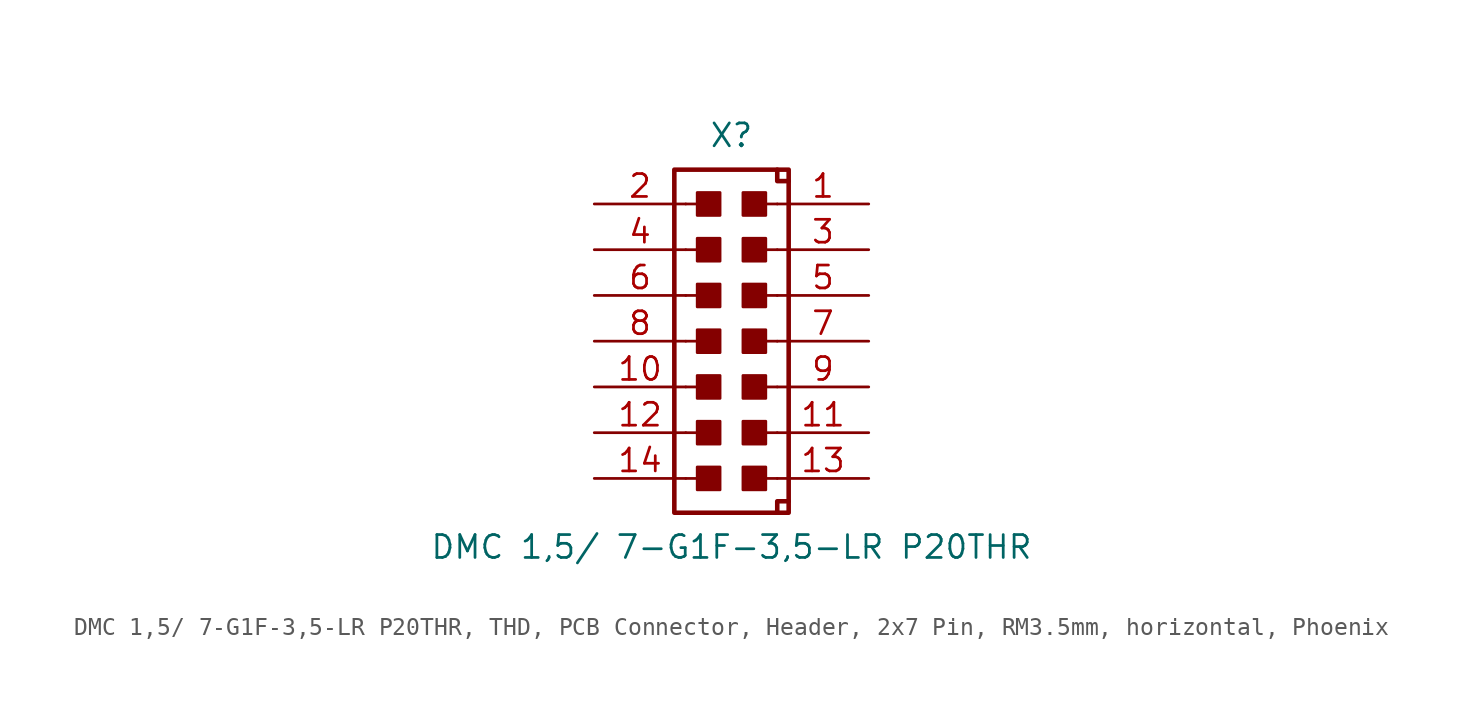
<source format=kicad_sym>
(kicad_symbol_lib
  (version 20241209)
  (generator "kicad_symbol_editor")
  (generator_version "9.0")
  (symbol "DMC 1,5/ 7-G1F-3,5-LR P20THR, THD, PCB Connector, Header, 2x7 Pin, RM3.5mm, horizontal, Phoenix"
    (pin_names
      (offset 1.016)
      (hide yes))
    (property "Reference" "X"
      (at 0 11.43 0)
      (effects (font (size 1.27 1.27))))
    (property "Value" "DMC 1,5/ 7-G1F-3,5-LR P20THR"
      (at 0 -11.43 0)
      (effects (font (size 1.27 1.27))))
    (property "Label" ""
      (at 0 0 0)
      (effects (font (size 1.27 1.27) (thickness 0.254) (bold yes))))
    (symbol "DMC 1,5/ 7-G1F-3,5-LR P20THR, THD, PCB Connector, Header, 2x7 Pin, RM3.5mm, horizontal, Phoenix_1_0"
      (polyline (pts (xy -2.54 7.62) (xy -1.27 7.62)) (stroke (width 0) (type default)) (fill (type none)))
      (polyline (pts (xy -2.54 5.08) (xy -1.27 5.08)) (stroke (width 0) (type default)) (fill (type none)))
      (polyline (pts (xy -2.54 2.54) (xy -1.27 2.54)) (stroke (width 0) (type default)) (fill (type none)))
      (polyline (pts (xy -2.54 0) (xy -1.27 0)) (stroke (width 0) (type default)) (fill (type none)))
      (polyline (pts (xy -2.54 -2.54) (xy -1.27 -2.54)) (stroke (width 0) (type default)) (fill (type none)))
      (polyline (pts (xy -2.54 -5.08) (xy -1.27 -5.08)) (stroke (width 0) (type default)) (fill (type none)))
      (polyline (pts (xy -2.54 -7.62) (xy -1.27 -7.62)) (stroke (width 0) (type default)) (fill (type none)))
      (polyline (pts (xy 2.54 7.62) (xy 1.27 7.62)) (stroke (width 0) (type default)) (fill (type none)))
      (polyline (pts (xy 2.54 5.08) (xy 1.27 5.08)) (stroke (width 0) (type default)) (fill (type none)))
      (polyline (pts (xy 2.54 2.54) (xy 1.27 2.54)) (stroke (width 0) (type default)) (fill (type none)))
      (polyline (pts (xy 2.54 0) (xy 1.27 0)) (stroke (width 0) (type default)) (fill (type none)))
      (polyline (pts (xy 2.54 -2.54) (xy 1.27 -2.54)) (stroke (width 0) (type default)) (fill (type none)))
      (polyline (pts (xy 2.54 -5.08) (xy 1.27 -5.08)) (stroke (width 0) (type default)) (fill (type none)))
      (polyline (pts (xy 2.54 -7.62) (xy 1.27 -7.62)) (stroke (width 0) (type default)) (fill (type none))))
    (symbol "DMC 1,5/ 7-G1F-3,5-LR P20THR, THD, PCB Connector, Header, 2x7 Pin, RM3.5mm, horizontal, Phoenix_1_1"
      (rectangle (start -3.175 9.525) (end 3.175 -9.525) (stroke (width 0.254) (type default)) (fill (type none)))
      (rectangle (start -1.905 6.985) (end -0.635 8.255) (stroke (width 0) (type default)) (fill (type outline)))
      (rectangle (start -1.905 4.445) (end -0.635 5.715) (stroke (width 0) (type default)) (fill (type outline)))
      (rectangle (start -1.905 1.905) (end -0.635 3.175) (stroke (width 0) (type default)) (fill (type outline)))
      (rectangle (start -1.905 -0.635) (end -0.635 0.635) (stroke (width 0) (type default)) (fill (type outline)))
      (rectangle (start -1.905 -3.175) (end -0.635 -1.905) (stroke (width 0) (type default)) (fill (type outline)))
      (rectangle (start -1.905 -5.715) (end -0.635 -4.445) (stroke (width 0) (type default)) (fill (type outline)))
      (rectangle (start -1.905 -8.255) (end -0.635 -6.985) (stroke (width 0) (type default)) (fill (type outline)))
      (rectangle (start 0.635 8.255) (end 1.905 6.985) (stroke (width 0) (type default)) (fill (type outline)))
      (rectangle (start 0.635 5.715) (end 1.905 4.445) (stroke (width 0) (type default)) (fill (type outline)))
      (rectangle (start 0.635 3.175) (end 1.905 1.905) (stroke (width 0) (type default)) (fill (type outline)))
      (rectangle (start 0.635 0.635) (end 1.905 -0.635) (stroke (width 0) (type default)) (fill (type outline)))
      (rectangle (start 0.635 -1.905) (end 1.905 -3.175) (stroke (width 0) (type default)) (fill (type outline)))
      (rectangle (start 0.635 -4.445) (end 1.905 -5.715) (stroke (width 0) (type default)) (fill (type outline)))
      (rectangle (start 0.635 -6.985) (end 1.905 -8.255) (stroke (width 0) (type default)) (fill (type outline)))
      (polyline (pts (xy 2.54 9.525) (xy 2.54 9.525) (xy 2.54 8.89) (xy 3.175 8.89)) (stroke (width 0.254) (type default)) (fill (type none)))
      (polyline (pts (xy 3.175 -8.89) (xy 3.175 -8.89) (xy 2.54 -8.89) (xy 2.54 -9.525)) (stroke (width 0.254) (type default)) (fill (type none)))
      (pin passive line (at -7.62 7.62 0) (length 5.08) (name "2" (effects (font (size 1.27 1.27)))) (number "2" (effects (font (size 1.27 1.27)))))
      (pin passive line (at -7.62 5.08 0) (length 5.08) (name "4" (effects (font (size 1.27 1.27)))) (number "4" (effects (font (size 1.27 1.27)))))
      (pin passive line (at -7.62 2.54 0) (length 5.08) (name "6" (effects (font (size 1.27 1.27)))) (number "6" (effects (font (size 1.27 1.27)))))
      (pin passive line (at -7.62 0 0) (length 5.08) (name "8" (effects (font (size 1.27 1.27)))) (number "8" (effects (font (size 1.27 1.27)))))
      (pin passive line (at -7.62 -2.54 0) (length 5.08) (name "10" (effects (font (size 1.27 1.27)))) (number "10" (effects (font (size 1.27 1.27)))))
      (pin passive line (at -7.62 -5.08 0) (length 5.08) (name "10" (effects (font (size 1.27 1.27)))) (number "12" (effects (font (size 1.27 1.27)))))
      (pin passive line (at -7.62 -7.62 0) (length 5.08) (name "10" (effects (font (size 1.27 1.27)))) (number "14" (effects (font (size 1.27 1.27)))))
      (pin passive line (at 7.62 7.62 180) (length 5.08) (name "1" (effects (font (size 1.27 1.27)))) (number "1" (effects (font (size 1.27 1.27)))))
      (pin passive line (at 7.62 5.08 180) (length 5.08) (name "3" (effects (font (size 1.27 1.27)))) (number "3" (effects (font (size 1.27 1.27)))))
      (pin passive line (at 7.62 2.54 180) (length 5.08) (name "5" (effects (font (size 1.27 1.27)))) (number "5" (effects (font (size 1.27 1.27)))))
      (pin passive line (at 7.62 0 180) (length 5.08) (name "7" (effects (font (size 1.27 1.27)))) (number "7" (effects (font (size 1.27 1.27)))))
      (pin passive line (at 7.62 -2.54 180) (length 5.08) (name "9" (effects (font (size 1.27 1.27)))) (number "9" (effects (font (size 1.27 1.27)))))
      (pin passive line (at 7.62 -5.08 180) (length 5.08) (name "9" (effects (font (size 1.27 1.27)))) (number "11" (effects (font (size 1.27 1.27)))))
      (pin passive line (at 7.62 -7.62 180) (length 5.08) (name "9" (effects (font (size 1.27 1.27)))) (number "13" (effects (font (size 1.27 1.27))))))))
</source>
